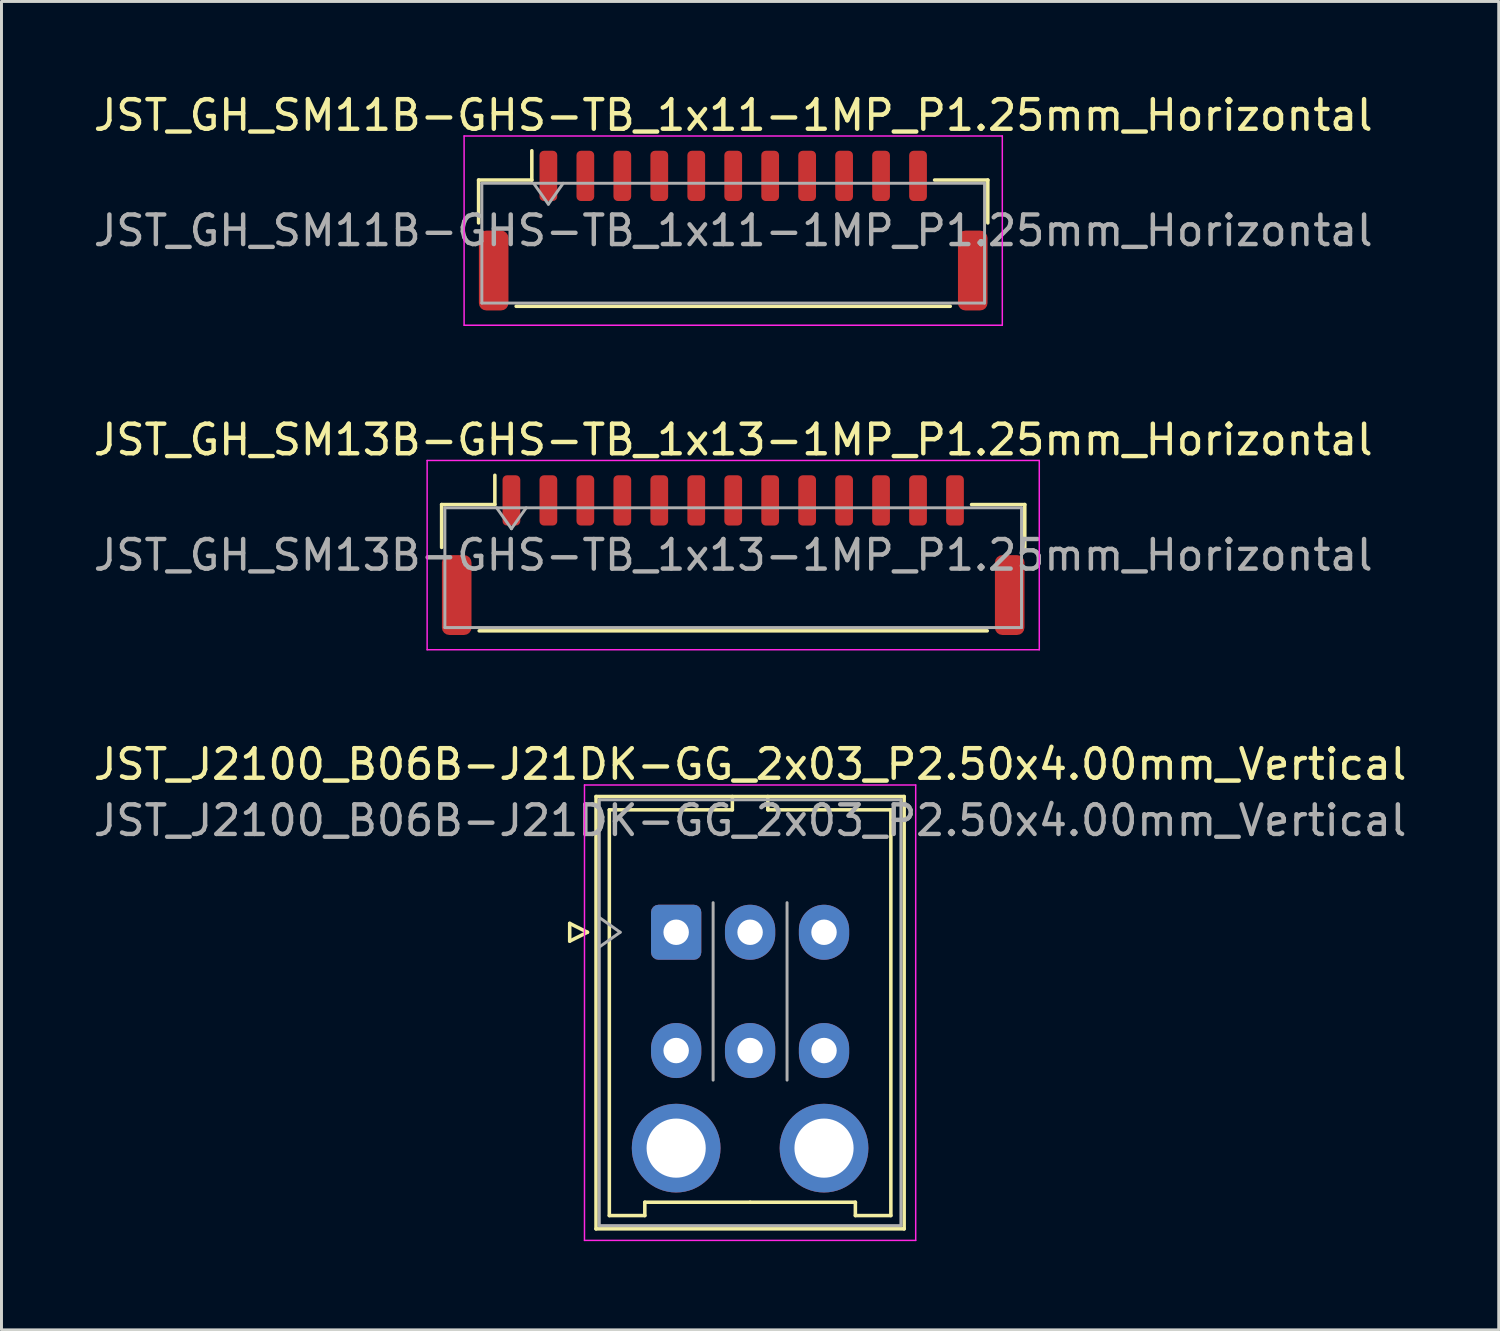
<source format=kicad_pcb>
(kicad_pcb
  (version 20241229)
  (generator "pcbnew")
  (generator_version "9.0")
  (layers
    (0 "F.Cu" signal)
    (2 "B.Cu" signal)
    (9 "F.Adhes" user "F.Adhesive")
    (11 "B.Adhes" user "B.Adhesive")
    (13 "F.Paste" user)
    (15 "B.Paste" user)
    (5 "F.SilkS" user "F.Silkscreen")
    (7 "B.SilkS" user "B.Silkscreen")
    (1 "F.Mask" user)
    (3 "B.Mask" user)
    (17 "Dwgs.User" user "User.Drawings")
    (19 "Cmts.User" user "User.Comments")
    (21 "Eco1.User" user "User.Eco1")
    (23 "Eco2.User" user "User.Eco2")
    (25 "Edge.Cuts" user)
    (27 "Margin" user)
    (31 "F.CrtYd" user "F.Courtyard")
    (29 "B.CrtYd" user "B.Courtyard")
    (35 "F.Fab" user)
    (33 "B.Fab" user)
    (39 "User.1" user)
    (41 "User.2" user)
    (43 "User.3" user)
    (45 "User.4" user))
  (footprint "JST_GH_SM11B-GHS-TB_1x11-1MP_P1.25mm_Horizontal"
    (layer "F.Cu")
    (at 21.744 4.748)
    (property "Reference" "JST_GH_SM11B-GHS-TB_1x11-1MP_P1.25mm_Horizontal" (at 0 -3.9 0) (layer "F.SilkS") (effects (font (size 1 1) (thickness 0.15))))
    (attr smd)
    (fp_line (start -8.61 -1.71) (end -6.81 -1.71) (stroke (width 0.12) (type solid)) (layer "F.SilkS"))
    (fp_line (start -8.61 -0.26) (end -8.61 -1.71) (stroke (width 0.12) (type solid)) (layer "F.SilkS"))
    (fp_line (start -7.34 2.56) (end 7.34 2.56) (stroke (width 0.12) (type solid)) (layer "F.SilkS"))
    (fp_line (start -6.81 -1.71) (end -6.81 -2.7) (stroke (width 0.12) (type solid)) (layer "F.SilkS"))
    (fp_line (start 8.61 -1.71) (end 6.81 -1.71) (stroke (width 0.12) (type solid)) (layer "F.SilkS"))
    (fp_line (start 8.61 -0.26) (end 8.61 -1.71) (stroke (width 0.12) (type solid)) (layer "F.SilkS"))
    (fp_line (start -9.1 -3.2) (end -9.1 3.2) (stroke (width 0.05) (type solid)) (layer "F.CrtYd"))
    (fp_line (start -9.1 3.2) (end 9.1 3.2) (stroke (width 0.05) (type solid)) (layer "F.CrtYd"))
    (fp_line (start 9.1 -3.2) (end -9.1 -3.2) (stroke (width 0.05) (type solid)) (layer "F.CrtYd"))
    (fp_line (start 9.1 3.2) (end 9.1 -3.2) (stroke (width 0.05) (type solid)) (layer "F.CrtYd"))
    (fp_line (start -8.5 -1.6) (end -8.5 2.45) (stroke (width 0.1) (type solid)) (layer "F.Fab"))
    (fp_line (start -8.5 -1.6) (end 8.5 -1.6) (stroke (width 0.1) (type solid)) (layer "F.Fab"))
    (fp_line (start -8.5 2.45) (end 8.5 2.45) (stroke (width 0.1) (type solid)) (layer "F.Fab"))
    (fp_line (start -6.75 -1.6) (end -6.25 -0.893) (stroke (width 0.1) (type solid)) (layer "F.Fab"))
    (fp_line (start -6.25 -0.893) (end -5.75 -1.6) (stroke (width 0.1) (type solid)) (layer "F.Fab"))
    (fp_line (start 8.5 -1.6) (end 8.5 2.45) (stroke (width 0.1) (type solid)) (layer "F.Fab"))
    (fp_text user "${REFERENCE}" (at 0 0 0) (layer "F.Fab") (effects (font (size 1 1) (thickness 0.15))))
    (pad "1" smd roundrect (at -6.25 -1.85) (size 0.6 1.7) (layers "F.Cu" "F.Mask" "F.Paste") (roundrect_rratio 0.25))
    (pad "2" smd roundrect (at -5 -1.85) (size 0.6 1.7) (layers "F.Cu" "F.Mask" "F.Paste") (roundrect_rratio 0.25))
    (pad "3" smd roundrect (at -3.75 -1.85) (size 0.6 1.7) (layers "F.Cu" "F.Mask" "F.Paste") (roundrect_rratio 0.25))
    (pad "4" smd roundrect (at -2.5 -1.85) (size 0.6 1.7) (layers "F.Cu" "F.Mask" "F.Paste") (roundrect_rratio 0.25))
    (pad "5" smd roundrect (at -1.25 -1.85) (size 0.6 1.7) (layers "F.Cu" "F.Mask" "F.Paste") (roundrect_rratio 0.25))
    (pad "6" smd roundrect (at 0 -1.85) (size 0.6 1.7) (layers "F.Cu" "F.Mask" "F.Paste") (roundrect_rratio 0.25))
    (pad "7" smd roundrect (at 1.25 -1.85) (size 0.6 1.7) (layers "F.Cu" "F.Mask" "F.Paste") (roundrect_rratio 0.25))
    (pad "8" smd roundrect (at 2.5 -1.85) (size 0.6 1.7) (layers "F.Cu" "F.Mask" "F.Paste") (roundrect_rratio 0.25))
    (pad "9" smd roundrect (at 3.75 -1.85) (size 0.6 1.7) (layers "F.Cu" "F.Mask" "F.Paste") (roundrect_rratio 0.25))
    (pad "10" smd roundrect (at 5 -1.85) (size 0.6 1.7) (layers "F.Cu" "F.Mask" "F.Paste") (roundrect_rratio 0.25))
    (pad "11" smd roundrect (at 6.25 -1.85) (size 0.6 1.7) (layers "F.Cu" "F.Mask" "F.Paste") (roundrect_rratio 0.25))
    (pad "MP" smd roundrect (at -8.1 1.35) (size 1 2.7) (layers "F.Cu" "F.Mask" "F.Paste") (roundrect_rratio 0.25))
    (pad "MP" smd roundrect (at 8.1 1.35) (size 1 2.7) (layers "F.Cu" "F.Mask" "F.Paste") (roundrect_rratio 0.25)))
  (footprint "JST_J2100_B06B-J21DK-GG_2x03_P2.50x4.00mm_Vertical"
    (layer "F.Cu")
    (at 19.815 28.475)
    (property "Reference" "JST_J2100_B06B-J21DK-GG_2x03_P2.50x4.00mm_Vertical" (at 2.5 -5.68 0) (layer "F.SilkS") (effects (font (size 1 1) (thickness 0.15))))
    (attr through_hole)
    (fp_line (start -3.6 -0.3) (end -3 0) (stroke (width 0.12) (type solid)) (layer "F.SilkS"))
    (fp_line (start -3.6 0.3) (end -3.6 -0.3) (stroke (width 0.12) (type solid)) (layer "F.SilkS"))
    (fp_line (start -3 0) (end -3.6 0.3) (stroke (width 0.12) (type solid)) (layer "F.SilkS"))
    (fp_line (start -2.71 -4.59) (end -2.71 10.03) (stroke (width 0.12) (type solid)) (layer "F.SilkS"))
    (fp_line (start -2.71 10.03) (end 7.71 10.03) (stroke (width 0.12) (type solid)) (layer "F.SilkS"))
    (fp_line (start -2.26 -4.14) (end -2.26 9.58) (stroke (width 0.12) (type solid)) (layer "F.SilkS"))
    (fp_line (start -2.26 9.58) (end -1.06 9.58) (stroke (width 0.12) (type solid)) (layer "F.SilkS"))
    (fp_line (start -1.06 9.13) (end 2.5 9.13) (stroke (width 0.12) (type solid)) (layer "F.SilkS"))
    (fp_line (start -1.06 9.58) (end -1.06 9.13) (stroke (width 0.12) (type solid)) (layer "F.SilkS"))
    (fp_line (start 1.9 -4.59) (end 1.9 -4.14) (stroke (width 0.12) (type solid)) (layer "F.SilkS"))
    (fp_line (start 1.9 -4.14) (end -2.26 -4.14) (stroke (width 0.12) (type solid)) (layer "F.SilkS"))
    (fp_line (start 3.1 -4.59) (end 3.1 -4.14) (stroke (width 0.12) (type solid)) (layer "F.SilkS"))
    (fp_line (start 3.1 -4.14) (end 7.26 -4.14) (stroke (width 0.12) (type solid)) (layer "F.SilkS"))
    (fp_line (start 6.06 9.13) (end 2.5 9.13) (stroke (width 0.12) (type solid)) (layer "F.SilkS"))
    (fp_line (start 6.06 9.58) (end 6.06 9.13) (stroke (width 0.12) (type solid)) (layer "F.SilkS"))
    (fp_line (start 7.26 -4.14) (end 7.26 9.58) (stroke (width 0.12) (type solid)) (layer "F.SilkS"))
    (fp_line (start 7.26 9.58) (end 6.06 9.58) (stroke (width 0.12) (type solid)) (layer "F.SilkS"))
    (fp_line (start 7.71 -4.59) (end -2.71 -4.59) (stroke (width 0.12) (type solid)) (layer "F.SilkS"))
    (fp_line (start 7.71 10.03) (end 7.71 -4.59) (stroke (width 0.12) (type solid)) (layer "F.SilkS"))
    (fp_line (start -3.1 -4.98) (end -3.1 10.42) (stroke (width 0.05) (type solid)) (layer "F.CrtYd"))
    (fp_line (start -3.1 10.42) (end 8.1 10.42) (stroke (width 0.05) (type solid)) (layer "F.CrtYd"))
    (fp_line (start 8.1 -4.98) (end -3.1 -4.98) (stroke (width 0.05) (type solid)) (layer "F.CrtYd"))
    (fp_line (start 8.1 10.42) (end 8.1 -4.98) (stroke (width 0.05) (type solid)) (layer "F.CrtYd"))
    (fp_line (start -2.6 -4.48) (end -2.6 9.92) (stroke (width 0.1) (type solid)) (layer "F.Fab"))
    (fp_line (start -2.6 0.5) (end -1.893 0) (stroke (width 0.1) (type solid)) (layer "F.Fab"))
    (fp_line (start -2.6 9.92) (end 7.6 9.92) (stroke (width 0.1) (type solid)) (layer "F.Fab"))
    (fp_line (start -1.893 0) (end -2.6 -0.5) (stroke (width 0.1) (type solid)) (layer "F.Fab"))
    (fp_line (start 1.25 5) (end 1.25 -1) (stroke (width 0.1) (type solid)) (layer "F.Fab"))
    (fp_line (start 3.75 5) (end 3.75 -1) (stroke (width 0.1) (type solid)) (layer "F.Fab"))
    (fp_line (start 7.6 -4.48) (end -2.6 -4.48) (stroke (width 0.1) (type solid)) (layer "F.Fab"))
    (fp_line (start 7.6 9.92) (end 7.6 -4.48) (stroke (width 0.1) (type solid)) (layer "F.Fab"))
    (fp_text user "${REFERENCE}" (at 2.5 -3.78 0) (layer "F.Fab") (effects (font (size 1 1) (thickness 0.15))))
    (pad "" thru_hole circle (at 0 7.3) (size 3 3) (drill 2) (layers "*.Cu" "*.Mask"))
    (pad "" thru_hole circle (at 5 7.3) (size 3 3) (drill 2) (layers "*.Cu" "*.Mask"))
    (pad "a1" thru_hole roundrect (at 0 0) (size 1.7 1.86) (drill 0.86) (layers "*.Cu" "*.Mask") (roundrect_rratio 0.147))
    (pad "a2" thru_hole oval (at 2.5 0) (size 1.7 1.86) (drill 0.86) (layers "*.Cu" "*.Mask"))
    (pad "a3" thru_hole oval (at 5 0) (size 1.7 1.86) (drill 0.86) (layers "*.Cu" "*.Mask"))
    (pad "b1" thru_hole oval (at 0 4) (size 1.7 1.86) (drill 0.86) (layers "*.Cu" "*.Mask"))
    (pad "b2" thru_hole oval (at 2.5 4) (size 1.7 1.86) (drill 0.86) (layers "*.Cu" "*.Mask"))
    (pad "b3" thru_hole oval (at 5 4) (size 1.7 1.86) (drill 0.86) (layers "*.Cu" "*.Mask")))
  (footprint "JST_GH_SM13B-GHS-TB_1x13-1MP_P1.25mm_Horizontal"
    (layer "F.Cu")
    (at 21.744 15.722)
    (property "Reference" "JST_GH_SM13B-GHS-TB_1x13-1MP_P1.25mm_Horizontal" (at 0 -3.9 0) (layer "F.SilkS") (effects (font (size 1 1) (thickness 0.15))))
    (attr smd)
    (fp_line (start -9.86 -1.71) (end -8.06 -1.71) (stroke (width 0.12) (type solid)) (layer "F.SilkS"))
    (fp_line (start -9.86 -0.26) (end -9.86 -1.71) (stroke (width 0.12) (type solid)) (layer "F.SilkS"))
    (fp_line (start -8.59 2.56) (end 8.59 2.56) (stroke (width 0.12) (type solid)) (layer "F.SilkS"))
    (fp_line (start -8.06 -1.71) (end -8.06 -2.7) (stroke (width 0.12) (type solid)) (layer "F.SilkS"))
    (fp_line (start 9.86 -1.71) (end 8.06 -1.71) (stroke (width 0.12) (type solid)) (layer "F.SilkS"))
    (fp_line (start 9.86 -0.26) (end 9.86 -1.71) (stroke (width 0.12) (type solid)) (layer "F.SilkS"))
    (fp_line (start -10.35 -3.2) (end -10.35 3.2) (stroke (width 0.05) (type solid)) (layer "F.CrtYd"))
    (fp_line (start -10.35 3.2) (end 10.35 3.2) (stroke (width 0.05) (type solid)) (layer "F.CrtYd"))
    (fp_line (start 10.35 -3.2) (end -10.35 -3.2) (stroke (width 0.05) (type solid)) (layer "F.CrtYd"))
    (fp_line (start 10.35 3.2) (end 10.35 -3.2) (stroke (width 0.05) (type solid)) (layer "F.CrtYd"))
    (fp_line (start -9.75 -1.6) (end -9.75 2.45) (stroke (width 0.1) (type solid)) (layer "F.Fab"))
    (fp_line (start -9.75 -1.6) (end 9.75 -1.6) (stroke (width 0.1) (type solid)) (layer "F.Fab"))
    (fp_line (start -9.75 2.45) (end 9.75 2.45) (stroke (width 0.1) (type solid)) (layer "F.Fab"))
    (fp_line (start -8 -1.6) (end -7.5 -0.893) (stroke (width 0.1) (type solid)) (layer "F.Fab"))
    (fp_line (start -7.5 -0.893) (end -7 -1.6) (stroke (width 0.1) (type solid)) (layer "F.Fab"))
    (fp_line (start 9.75 -1.6) (end 9.75 2.45) (stroke (width 0.1) (type solid)) (layer "F.Fab"))
    (fp_text user "${REFERENCE}" (at 0 0 0) (layer "F.Fab") (effects (font (size 1 1) (thickness 0.15))))
    (pad "1" smd roundrect (at -7.5 -1.85) (size 0.6 1.7) (layers "F.Cu" "F.Mask" "F.Paste") (roundrect_rratio 0.25))
    (pad "2" smd roundrect (at -6.25 -1.85) (size 0.6 1.7) (layers "F.Cu" "F.Mask" "F.Paste") (roundrect_rratio 0.25))
    (pad "3" smd roundrect (at -5 -1.85) (size 0.6 1.7) (layers "F.Cu" "F.Mask" "F.Paste") (roundrect_rratio 0.25))
    (pad "4" smd roundrect (at -3.75 -1.85) (size 0.6 1.7) (layers "F.Cu" "F.Mask" "F.Paste") (roundrect_rratio 0.25))
    (pad "5" smd roundrect (at -2.5 -1.85) (size 0.6 1.7) (layers "F.Cu" "F.Mask" "F.Paste") (roundrect_rratio 0.25))
    (pad "6" smd roundrect (at -1.25 -1.85) (size 0.6 1.7) (layers "F.Cu" "F.Mask" "F.Paste") (roundrect_rratio 0.25))
    (pad "7" smd roundrect (at 0 -1.85) (size 0.6 1.7) (layers "F.Cu" "F.Mask" "F.Paste") (roundrect_rratio 0.25))
    (pad "8" smd roundrect (at 1.25 -1.85) (size 0.6 1.7) (layers "F.Cu" "F.Mask" "F.Paste") (roundrect_rratio 0.25))
    (pad "9" smd roundrect (at 2.5 -1.85) (size 0.6 1.7) (layers "F.Cu" "F.Mask" "F.Paste") (roundrect_rratio 0.25))
    (pad "10" smd roundrect (at 3.75 -1.85) (size 0.6 1.7) (layers "F.Cu" "F.Mask" "F.Paste") (roundrect_rratio 0.25))
    (pad "11" smd roundrect (at 5 -1.85) (size 0.6 1.7) (layers "F.Cu" "F.Mask" "F.Paste") (roundrect_rratio 0.25))
    (pad "12" smd roundrect (at 6.25 -1.85) (size 0.6 1.7) (layers "F.Cu" "F.Mask" "F.Paste") (roundrect_rratio 0.25))
    (pad "13" smd roundrect (at 7.5 -1.85) (size 0.6 1.7) (layers "F.Cu" "F.Mask" "F.Paste") (roundrect_rratio 0.25))
    (pad "MP" smd roundrect (at -9.35 1.35) (size 1 2.7) (layers "F.Cu" "F.Mask" "F.Paste") (roundrect_rratio 0.25))
    (pad "MP" smd roundrect (at 9.35 1.35) (size 1 2.7) (layers "F.Cu" "F.Mask" "F.Paste") (roundrect_rratio 0.25)))
  (gr_rect
    (start -3 -3)
    (end 47.631 41.92)
    (stroke (width 0.1) (type default))
    (fill no)
    (layer "Edge.Cuts")))
</source>
